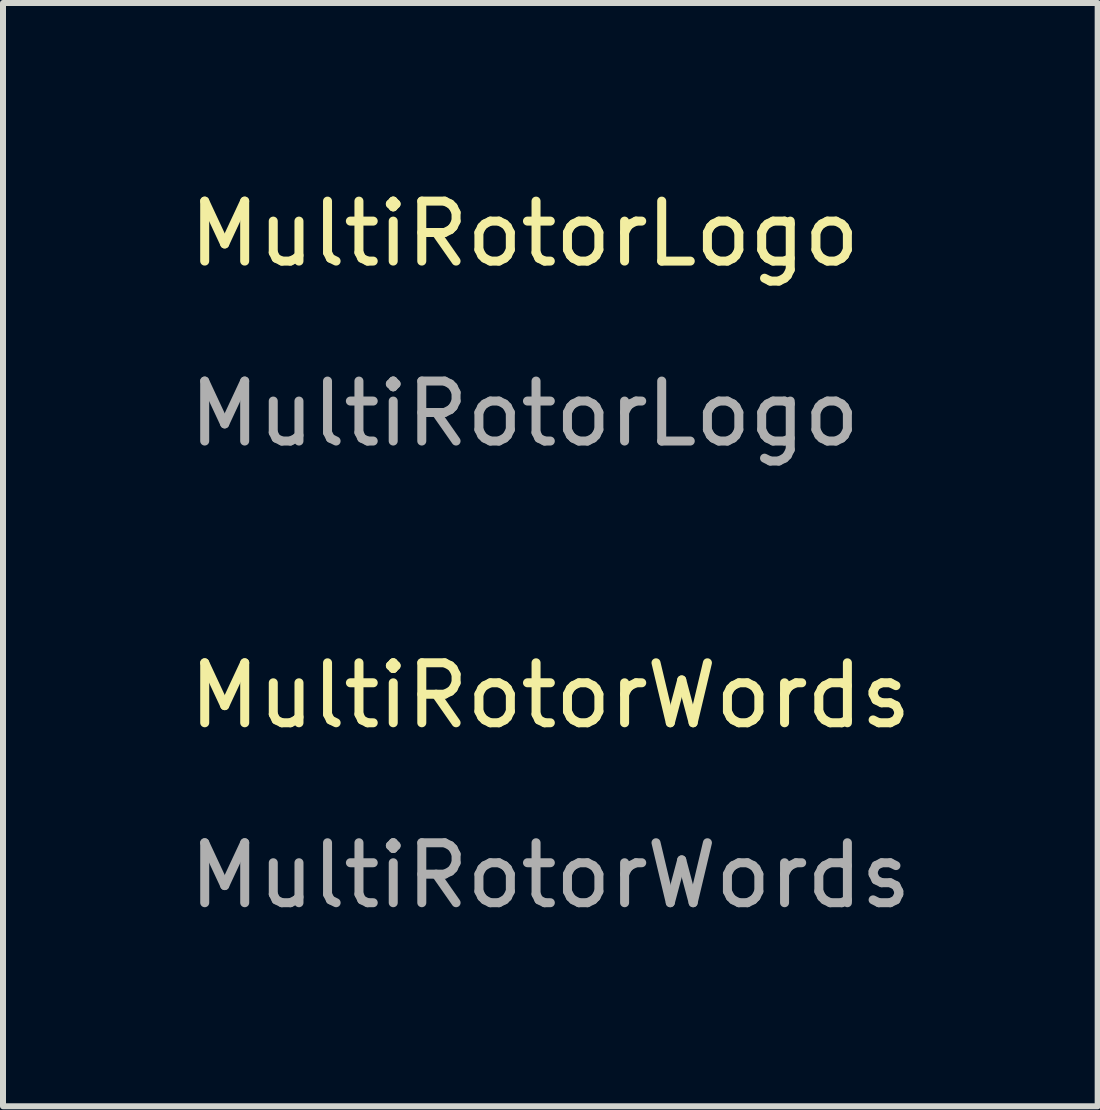
<source format=kicad_pcb>
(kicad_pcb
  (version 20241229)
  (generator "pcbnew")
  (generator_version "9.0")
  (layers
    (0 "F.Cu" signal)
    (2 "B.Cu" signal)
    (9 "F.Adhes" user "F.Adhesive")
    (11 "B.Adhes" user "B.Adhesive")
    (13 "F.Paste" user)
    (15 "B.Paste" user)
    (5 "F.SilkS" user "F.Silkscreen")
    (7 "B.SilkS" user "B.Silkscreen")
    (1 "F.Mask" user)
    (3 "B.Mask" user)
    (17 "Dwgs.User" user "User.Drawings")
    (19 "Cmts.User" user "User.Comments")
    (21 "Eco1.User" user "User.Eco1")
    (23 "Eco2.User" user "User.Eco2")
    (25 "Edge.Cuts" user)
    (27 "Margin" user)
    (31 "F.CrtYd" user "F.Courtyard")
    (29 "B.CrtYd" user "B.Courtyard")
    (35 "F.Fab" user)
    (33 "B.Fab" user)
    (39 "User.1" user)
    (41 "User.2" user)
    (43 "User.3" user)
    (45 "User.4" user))
  (footprint "MultiRotorLogo"
    (layer "F.Cu")
    (at 5.696 1.348)
    (property "Reference" "MultiRotorLogo" (at 0 -0.5 0) (unlocked yes) (layer "F.SilkS") (effects (font (size 1 1) (thickness 0.15))))
    (fp_text user "${REFERENCE}" (at 0 2.5 0) (unlocked yes) (layer "F.Fab") (effects (font (size 1 1) (thickness 0.15)))))
  (footprint "MultiRotorWords"
    (layer "F.Cu")
    (at 6.125 9.045)
    (property "Reference" "MultiRotorWords" (at 0 -0.5 0) (unlocked yes) (layer "F.SilkS") (effects (font (size 1 1) (thickness 0.15))))
    (fp_text user "${REFERENCE}" (at 0 2.5 0) (unlocked yes) (layer "F.Fab") (effects (font (size 1 1) (thickness 0.15)))))
  (gr_rect
    (start -3 -3)
    (end 15.25 15.393)
    (stroke (width 0.1) (type default))
    (fill no)
    (layer "Edge.Cuts")))
</source>
